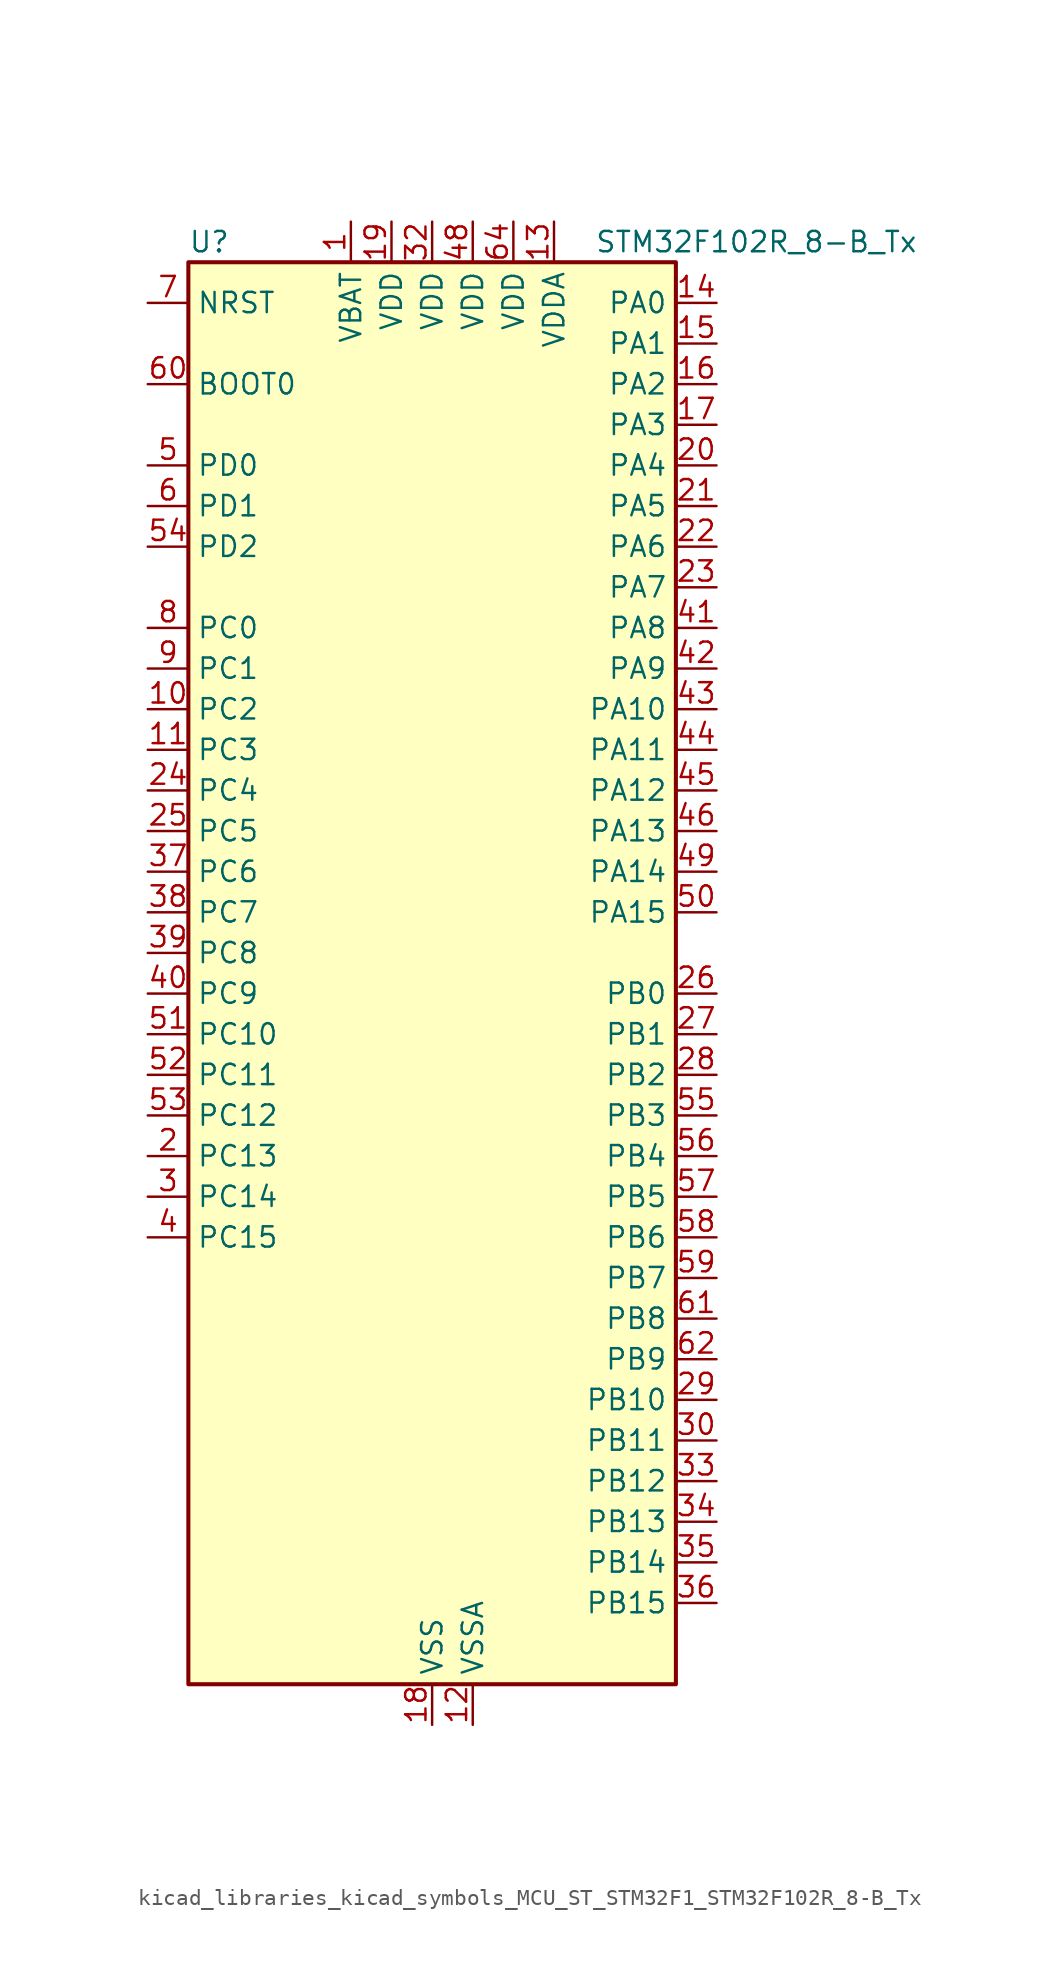
<source format=kicad_sym>
(kicad_symbol_lib
  (version 20220914)
  (generator kicad_symbol_editor)
  (symbol "kicad_libraries_kicad_symbols_MCU_ST_STM32F1_STM32F102R_8-B_Tx"
    (property "Reference" "U"
      (at -15.24 46.99 0)
      (effects (font (size 1.27 1.27)) (justify left)))
    (property "Value" "STM32F102R_8-B_Tx"
      (at 10.16 46.99 0)
      (effects (font (size 1.27 1.27)) (justify left)))
    (property "ki_locked" ""
      (at 0 0 0)
      (effects (font (size 1.27 1.27))))
    (symbol "kicad_libraries_kicad_symbols_MCU_ST_STM32F1_STM32F102R_8-B_Tx_0_1"
      (rectangle (start -15.24 -43.18) (end 15.24 45.72) (stroke (width 0.254) (type default)) (fill (type background))))
    (symbol "kicad_libraries_kicad_symbols_MCU_ST_STM32F1_STM32F102R_8-B_Tx_1_1"
      (pin power_in line (at -5.08 48.26 270) (length 2.54) (name "VBAT" (effects (font (size 1.27 1.27)))) (number "1" (effects (font (size 1.27 1.27)))))
      (pin bidirectional line (at -17.78 17.78 0) (length 2.54) (name "PC2" (effects (font (size 1.27 1.27)))) (number "10" (effects (font (size 1.27 1.27)))) (alternate "ADC1_IN12" bidirectional line))
      (pin bidirectional line (at -17.78 15.24 0) (length 2.54) (name "PC3" (effects (font (size 1.27 1.27)))) (number "11" (effects (font (size 1.27 1.27)))) (alternate "ADC1_IN13" bidirectional line))
      (pin power_in line (at 2.54 -45.72 90) (length 2.54) (name "VSSA" (effects (font (size 1.27 1.27)))) (number "12" (effects (font (size 1.27 1.27)))))
      (pin power_in line (at 7.62 48.26 270) (length 2.54) (name "VDDA" (effects (font (size 1.27 1.27)))) (number "13" (effects (font (size 1.27 1.27)))))
      (pin bidirectional line (at 17.78 43.18 180) (length 2.54) (name "PA0" (effects (font (size 1.27 1.27)))) (number "14" (effects (font (size 1.27 1.27)))) (alternate "ADC1_IN0" bidirectional line) (alternate "SYS_WKUP" bidirectional line) (alternate "TIM2_CH1" bidirectional line) (alternate "TIM2_ETR" bidirectional line) (alternate "USART2_CTS" bidirectional line))
      (pin bidirectional line (at 17.78 40.64 180) (length 2.54) (name "PA1" (effects (font (size 1.27 1.27)))) (number "15" (effects (font (size 1.27 1.27)))) (alternate "ADC1_IN1" bidirectional line) (alternate "TIM2_CH2" bidirectional line) (alternate "USART2_RTS" bidirectional line))
      (pin bidirectional line (at 17.78 38.1 180) (length 2.54) (name "PA2" (effects (font (size 1.27 1.27)))) (number "16" (effects (font (size 1.27 1.27)))) (alternate "ADC1_IN2" bidirectional line) (alternate "TIM2_CH3" bidirectional line) (alternate "USART2_TX" bidirectional line))
      (pin bidirectional line (at 17.78 35.56 180) (length 2.54) (name "PA3" (effects (font (size 1.27 1.27)))) (number "17" (effects (font (size 1.27 1.27)))) (alternate "ADC1_IN3" bidirectional line) (alternate "TIM2_CH4" bidirectional line) (alternate "USART2_RX" bidirectional line))
      (pin power_in line (at 0 -45.72 90) (length 2.54) (name "VSS" (effects (font (size 1.27 1.27)))) (number "18" (effects (font (size 1.27 1.27)))))
      (pin power_in line (at -2.54 48.26 270) (length 2.54) (name "VDD" (effects (font (size 1.27 1.27)))) (number "19" (effects (font (size 1.27 1.27)))))
      (pin bidirectional line (at -17.78 -10.16 0) (length 2.54) (name "PC13" (effects (font (size 1.27 1.27)))) (number "2" (effects (font (size 1.27 1.27)))) (alternate "RTC_OUT" bidirectional line) (alternate "RTC_TAMPER" bidirectional line))
      (pin bidirectional line (at 17.78 33.02 180) (length 2.54) (name "PA4" (effects (font (size 1.27 1.27)))) (number "20" (effects (font (size 1.27 1.27)))) (alternate "ADC1_IN4" bidirectional line) (alternate "SPI1_NSS" bidirectional line) (alternate "USART2_CK" bidirectional line))
      (pin bidirectional line (at 17.78 30.48 180) (length 2.54) (name "PA5" (effects (font (size 1.27 1.27)))) (number "21" (effects (font (size 1.27 1.27)))) (alternate "ADC1_IN5" bidirectional line) (alternate "SPI1_SCK" bidirectional line))
      (pin bidirectional line (at 17.78 27.94 180) (length 2.54) (name "PA6" (effects (font (size 1.27 1.27)))) (number "22" (effects (font (size 1.27 1.27)))) (alternate "ADC1_IN6" bidirectional line) (alternate "SPI1_MISO" bidirectional line) (alternate "TIM3_CH1" bidirectional line))
      (pin bidirectional line (at 17.78 25.4 180) (length 2.54) (name "PA7" (effects (font (size 1.27 1.27)))) (number "23" (effects (font (size 1.27 1.27)))) (alternate "ADC1_IN7" bidirectional line) (alternate "SPI1_MOSI" bidirectional line) (alternate "TIM3_CH2" bidirectional line))
      (pin bidirectional line (at -17.78 12.7 0) (length 2.54) (name "PC4" (effects (font (size 1.27 1.27)))) (number "24" (effects (font (size 1.27 1.27)))) (alternate "ADC1_IN14" bidirectional line))
      (pin bidirectional line (at -17.78 10.16 0) (length 2.54) (name "PC5" (effects (font (size 1.27 1.27)))) (number "25" (effects (font (size 1.27 1.27)))) (alternate "ADC1_IN15" bidirectional line))
      (pin bidirectional line (at 17.78 0 180) (length 2.54) (name "PB0" (effects (font (size 1.27 1.27)))) (number "26" (effects (font (size 1.27 1.27)))) (alternate "ADC1_IN8" bidirectional line) (alternate "TIM3_CH3" bidirectional line))
      (pin bidirectional line (at 17.78 -2.54 180) (length 2.54) (name "PB1" (effects (font (size 1.27 1.27)))) (number "27" (effects (font (size 1.27 1.27)))) (alternate "ADC1_IN9" bidirectional line) (alternate "TIM3_CH4" bidirectional line))
      (pin bidirectional line (at 17.78 -5.08 180) (length 2.54) (name "PB2" (effects (font (size 1.27 1.27)))) (number "28" (effects (font (size 1.27 1.27)))))
      (pin bidirectional line (at 17.78 -25.4 180) (length 2.54) (name "PB10" (effects (font (size 1.27 1.27)))) (number "29" (effects (font (size 1.27 1.27)))) (alternate "I2C2_SCL" bidirectional line) (alternate "TIM2_CH3" bidirectional line) (alternate "USART3_TX" bidirectional line))
      (pin bidirectional line (at -17.78 -12.7 0) (length 2.54) (name "PC14" (effects (font (size 1.27 1.27)))) (number "3" (effects (font (size 1.27 1.27)))) (alternate "RCC_OSC32_IN" bidirectional line))
      (pin bidirectional line (at 17.78 -27.94 180) (length 2.54) (name "PB11" (effects (font (size 1.27 1.27)))) (number "30" (effects (font (size 1.27 1.27)))) (alternate "ADC1_EXTI11" bidirectional line) (alternate "I2C2_SDA" bidirectional line) (alternate "TIM2_CH4" bidirectional line) (alternate "USART3_RX" bidirectional line))
      (pin passive line (at 0 -45.72 90) (length 2.54) hide (name "VSS" (effects (font (size 1.27 1.27)))) (number "31" (effects (font (size 1.27 1.27)))))
      (pin power_in line (at 0 48.26 270) (length 2.54) (name "VDD" (effects (font (size 1.27 1.27)))) (number "32" (effects (font (size 1.27 1.27)))))
      (pin bidirectional line (at 17.78 -30.48 180) (length 2.54) (name "PB12" (effects (font (size 1.27 1.27)))) (number "33" (effects (font (size 1.27 1.27)))) (alternate "I2C2_SMBA" bidirectional line) (alternate "SPI2_NSS" bidirectional line) (alternate "USART3_CK" bidirectional line))
      (pin bidirectional line (at 17.78 -33.02 180) (length 2.54) (name "PB13" (effects (font (size 1.27 1.27)))) (number "34" (effects (font (size 1.27 1.27)))) (alternate "SPI2_SCK" bidirectional line) (alternate "USART3_CTS" bidirectional line))
      (pin bidirectional line (at 17.78 -35.56 180) (length 2.54) (name "PB14" (effects (font (size 1.27 1.27)))) (number "35" (effects (font (size 1.27 1.27)))) (alternate "SPI2_MISO" bidirectional line) (alternate "USART3_RTS" bidirectional line))
      (pin bidirectional line (at 17.78 -38.1 180) (length 2.54) (name "PB15" (effects (font (size 1.27 1.27)))) (number "36" (effects (font (size 1.27 1.27)))) (alternate "ADC1_EXTI15" bidirectional line) (alternate "SPI2_MOSI" bidirectional line))
      (pin bidirectional line (at -17.78 7.62 0) (length 2.54) (name "PC6" (effects (font (size 1.27 1.27)))) (number "37" (effects (font (size 1.27 1.27)))) (alternate "TIM3_CH1" bidirectional line))
      (pin bidirectional line (at -17.78 5.08 0) (length 2.54) (name "PC7" (effects (font (size 1.27 1.27)))) (number "38" (effects (font (size 1.27 1.27)))) (alternate "TIM3_CH2" bidirectional line))
      (pin bidirectional line (at -17.78 2.54 0) (length 2.54) (name "PC8" (effects (font (size 1.27 1.27)))) (number "39" (effects (font (size 1.27 1.27)))) (alternate "TIM3_CH3" bidirectional line))
      (pin bidirectional line (at -17.78 -15.24 0) (length 2.54) (name "PC15" (effects (font (size 1.27 1.27)))) (number "4" (effects (font (size 1.27 1.27)))) (alternate "ADC1_EXTI15" bidirectional line) (alternate "RCC_OSC32_OUT" bidirectional line))
      (pin bidirectional line (at -17.78 0 0) (length 2.54) (name "PC9" (effects (font (size 1.27 1.27)))) (number "40" (effects (font (size 1.27 1.27)))) (alternate "TIM3_CH4" bidirectional line))
      (pin bidirectional line (at 17.78 22.86 180) (length 2.54) (name "PA8" (effects (font (size 1.27 1.27)))) (number "41" (effects (font (size 1.27 1.27)))) (alternate "RCC_MCO" bidirectional line) (alternate "USART1_CK" bidirectional line))
      (pin bidirectional line (at 17.78 20.32 180) (length 2.54) (name "PA9" (effects (font (size 1.27 1.27)))) (number "42" (effects (font (size 1.27 1.27)))) (alternate "USART1_TX" bidirectional line))
      (pin bidirectional line (at 17.78 17.78 180) (length 2.54) (name "PA10" (effects (font (size 1.27 1.27)))) (number "43" (effects (font (size 1.27 1.27)))) (alternate "USART1_RX" bidirectional line))
      (pin bidirectional line (at 17.78 15.24 180) (length 2.54) (name "PA11" (effects (font (size 1.27 1.27)))) (number "44" (effects (font (size 1.27 1.27)))) (alternate "ADC1_EXTI11" bidirectional line) (alternate "USART1_CTS" bidirectional line) (alternate "USB_DM" bidirectional line))
      (pin bidirectional line (at 17.78 12.7 180) (length 2.54) (name "PA12" (effects (font (size 1.27 1.27)))) (number "45" (effects (font (size 1.27 1.27)))) (alternate "USART1_RTS" bidirectional line) (alternate "USB_DP" bidirectional line))
      (pin bidirectional line (at 17.78 10.16 180) (length 2.54) (name "PA13" (effects (font (size 1.27 1.27)))) (number "46" (effects (font (size 1.27 1.27)))) (alternate "SYS_JTMS-SWDIO" bidirectional line))
      (pin passive line (at 0 -45.72 90) (length 2.54) hide (name "VSS" (effects (font (size 1.27 1.27)))) (number "47" (effects (font (size 1.27 1.27)))))
      (pin power_in line (at 2.54 48.26 270) (length 2.54) (name "VDD" (effects (font (size 1.27 1.27)))) (number "48" (effects (font (size 1.27 1.27)))))
      (pin bidirectional line (at 17.78 7.62 180) (length 2.54) (name "PA14" (effects (font (size 1.27 1.27)))) (number "49" (effects (font (size 1.27 1.27)))) (alternate "SYS_JTCK-SWCLK" bidirectional line))
      (pin bidirectional line (at -17.78 33.02 0) (length 2.54) (name "PD0" (effects (font (size 1.27 1.27)))) (number "5" (effects (font (size 1.27 1.27)))) (alternate "RCC_OSC_IN" bidirectional line))
      (pin bidirectional line (at 17.78 5.08 180) (length 2.54) (name "PA15" (effects (font (size 1.27 1.27)))) (number "50" (effects (font (size 1.27 1.27)))) (alternate "ADC1_EXTI15" bidirectional line) (alternate "SPI1_NSS" bidirectional line) (alternate "SYS_JTDI" bidirectional line) (alternate "TIM2_CH1" bidirectional line) (alternate "TIM2_ETR" bidirectional line))
      (pin bidirectional line (at -17.78 -2.54 0) (length 2.54) (name "PC10" (effects (font (size 1.27 1.27)))) (number "51" (effects (font (size 1.27 1.27)))) (alternate "USART3_TX" bidirectional line))
      (pin bidirectional line (at -17.78 -5.08 0) (length 2.54) (name "PC11" (effects (font (size 1.27 1.27)))) (number "52" (effects (font (size 1.27 1.27)))) (alternate "ADC1_EXTI11" bidirectional line) (alternate "USART3_RX" bidirectional line))
      (pin bidirectional line (at -17.78 -7.62 0) (length 2.54) (name "PC12" (effects (font (size 1.27 1.27)))) (number "53" (effects (font (size 1.27 1.27)))) (alternate "USART3_CK" bidirectional line))
      (pin bidirectional line (at -17.78 27.94 0) (length 2.54) (name "PD2" (effects (font (size 1.27 1.27)))) (number "54" (effects (font (size 1.27 1.27)))) (alternate "TIM3_ETR" bidirectional line))
      (pin bidirectional line (at 17.78 -7.62 180) (length 2.54) (name "PB3" (effects (font (size 1.27 1.27)))) (number "55" (effects (font (size 1.27 1.27)))) (alternate "SPI1_SCK" bidirectional line) (alternate "SYS_JTDO-TRACESWO" bidirectional line) (alternate "TIM2_CH2" bidirectional line))
      (pin bidirectional line (at 17.78 -10.16 180) (length 2.54) (name "PB4" (effects (font (size 1.27 1.27)))) (number "56" (effects (font (size 1.27 1.27)))) (alternate "SPI1_MISO" bidirectional line) (alternate "SYS_NJTRST" bidirectional line) (alternate "TIM3_CH1" bidirectional line))
      (pin bidirectional line (at 17.78 -12.7 180) (length 2.54) (name "PB5" (effects (font (size 1.27 1.27)))) (number "57" (effects (font (size 1.27 1.27)))) (alternate "I2C1_SMBA" bidirectional line) (alternate "SPI1_MOSI" bidirectional line) (alternate "TIM3_CH2" bidirectional line))
      (pin bidirectional line (at 17.78 -15.24 180) (length 2.54) (name "PB6" (effects (font (size 1.27 1.27)))) (number "58" (effects (font (size 1.27 1.27)))) (alternate "I2C1_SCL" bidirectional line) (alternate "TIM4_CH1" bidirectional line) (alternate "USART1_TX" bidirectional line))
      (pin bidirectional line (at 17.78 -17.78 180) (length 2.54) (name "PB7" (effects (font (size 1.27 1.27)))) (number "59" (effects (font (size 1.27 1.27)))) (alternate "I2C1_SDA" bidirectional line) (alternate "TIM4_CH2" bidirectional line) (alternate "USART1_RX" bidirectional line))
      (pin bidirectional line (at -17.78 30.48 0) (length 2.54) (name "PD1" (effects (font (size 1.27 1.27)))) (number "6" (effects (font (size 1.27 1.27)))) (alternate "RCC_OSC_OUT" bidirectional line))
      (pin input line (at -17.78 38.1 0) (length 2.54) (name "BOOT0" (effects (font (size 1.27 1.27)))) (number "60" (effects (font (size 1.27 1.27)))))
      (pin bidirectional line (at 17.78 -20.32 180) (length 2.54) (name "PB8" (effects (font (size 1.27 1.27)))) (number "61" (effects (font (size 1.27 1.27)))) (alternate "I2C1_SCL" bidirectional line) (alternate "TIM4_CH3" bidirectional line))
      (pin bidirectional line (at 17.78 -22.86 180) (length 2.54) (name "PB9" (effects (font (size 1.27 1.27)))) (number "62" (effects (font (size 1.27 1.27)))) (alternate "I2C1_SDA" bidirectional line) (alternate "TIM4_CH4" bidirectional line))
      (pin passive line (at 0 -45.72 90) (length 2.54) hide (name "VSS" (effects (font (size 1.27 1.27)))) (number "63" (effects (font (size 1.27 1.27)))))
      (pin power_in line (at 5.08 48.26 270) (length 2.54) (name "VDD" (effects (font (size 1.27 1.27)))) (number "64" (effects (font (size 1.27 1.27)))))
      (pin input line (at -17.78 43.18 0) (length 2.54) (name "NRST" (effects (font (size 1.27 1.27)))) (number "7" (effects (font (size 1.27 1.27)))))
      (pin bidirectional line (at -17.78 22.86 0) (length 2.54) (name "PC0" (effects (font (size 1.27 1.27)))) (number "8" (effects (font (size 1.27 1.27)))) (alternate "ADC1_IN10" bidirectional line))
      (pin bidirectional line (at -17.78 20.32 0) (length 2.54) (name "PC1" (effects (font (size 1.27 1.27)))) (number "9" (effects (font (size 1.27 1.27)))) (alternate "ADC1_IN11" bidirectional line)))))
</source>
